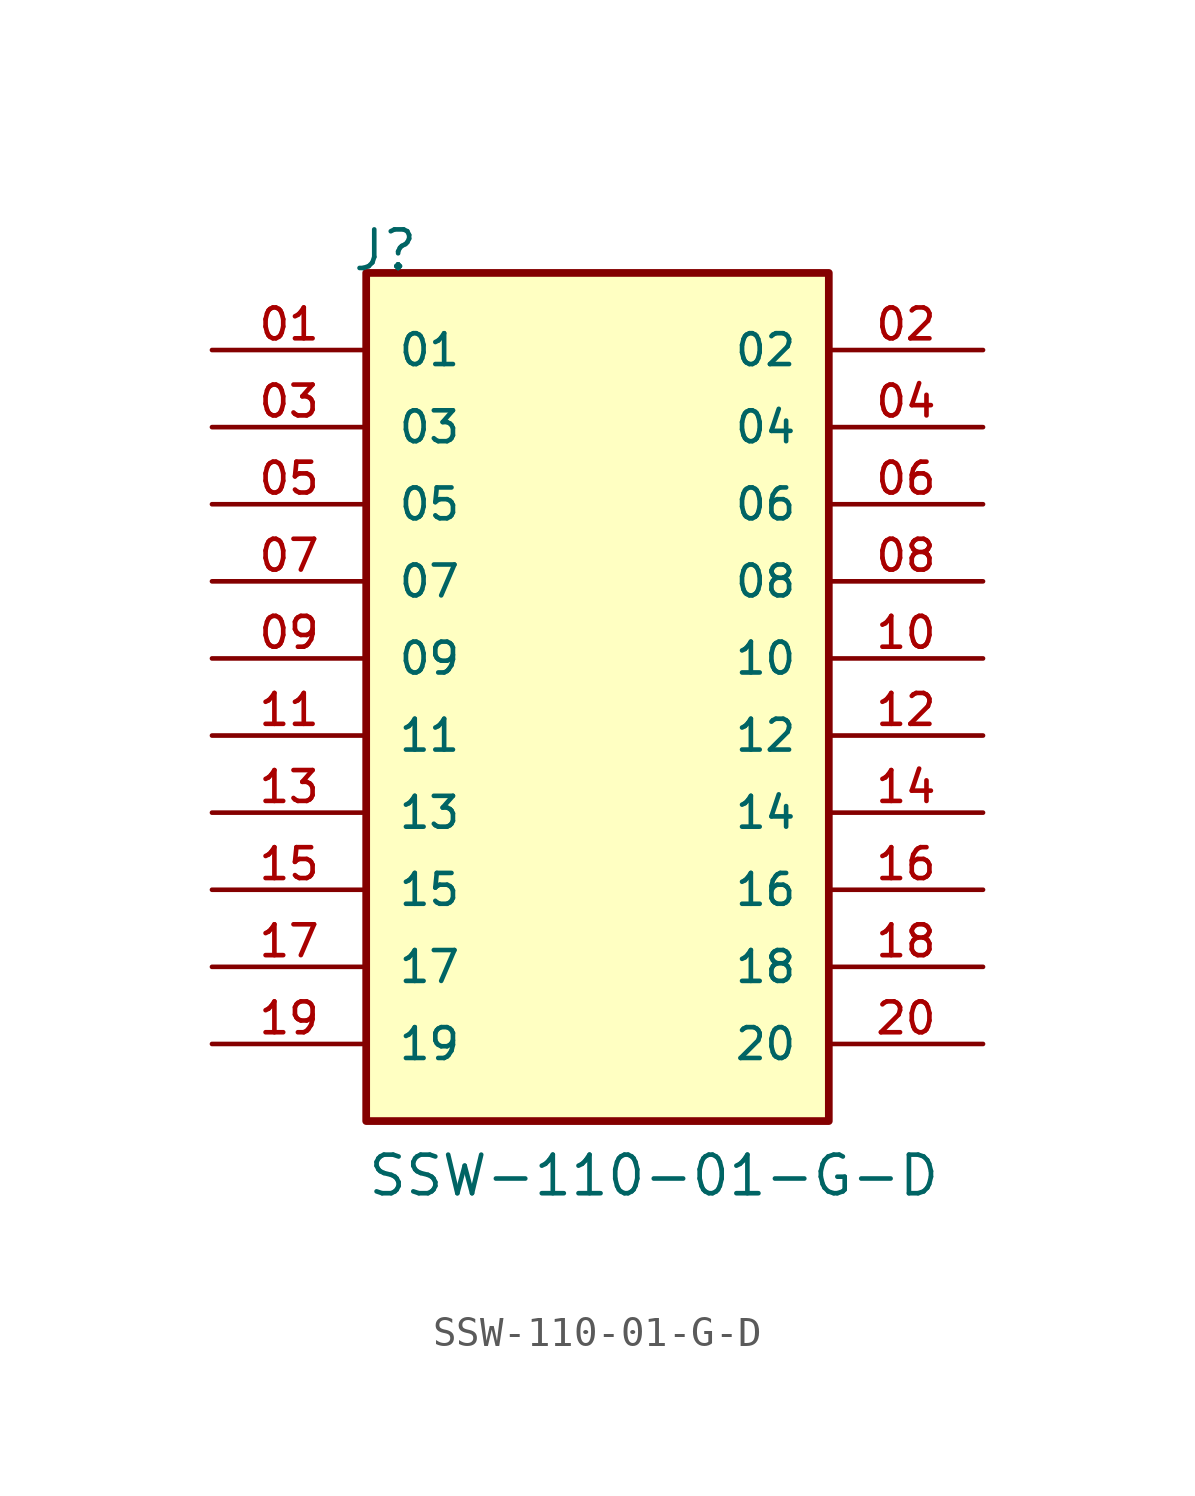
<source format=kicad_sym>
(kicad_symbol_lib
  (version 20211014)
  (generator kicad_symbol_editor)
  (symbol "SSW-110-01-G-D"
    (pin_names
      (offset 1.016))
    (property "Reference" "J"
      (at -8.12 15.24 0)
      (effects (font (size 1.27 1.27)) (justify bottom left)))
    (property "Value" "SSW-110-01-G-D"
      (at -7.62 -15.24 0)
      (effects (font (size 1.27 1.27)) (justify bottom left)))
    (symbol "SSW-110-01-G-D_0_0"
      (rectangle (start -7.62 -12.7) (end 7.62 15.24) (stroke (width 0.254)) (fill (type background)))
      (pin passive line (at -12.7 12.7 0) (length 5.08) (name "01" (effects (font (size 1.016 1.016)))) (number "01" (effects (font (size 1.016 1.016)))))
      (pin passive line (at 12.7 12.7 180.0) (length 5.08) (name "02" (effects (font (size 1.016 1.016)))) (number "02" (effects (font (size 1.016 1.016)))))
      (pin passive line (at -12.7 10.16 0) (length 5.08) (name "03" (effects (font (size 1.016 1.016)))) (number "03" (effects (font (size 1.016 1.016)))))
      (pin passive line (at 12.7 10.16 180.0) (length 5.08) (name "04" (effects (font (size 1.016 1.016)))) (number "04" (effects (font (size 1.016 1.016)))))
      (pin passive line (at -12.7 7.62 0) (length 5.08) (name "05" (effects (font (size 1.016 1.016)))) (number "05" (effects (font (size 1.016 1.016)))))
      (pin passive line (at 12.7 7.62 180.0) (length 5.08) (name "06" (effects (font (size 1.016 1.016)))) (number "06" (effects (font (size 1.016 1.016)))))
      (pin passive line (at -12.7 5.08 0) (length 5.08) (name "07" (effects (font (size 1.016 1.016)))) (number "07" (effects (font (size 1.016 1.016)))))
      (pin passive line (at 12.7 5.08 180.0) (length 5.08) (name "08" (effects (font (size 1.016 1.016)))) (number "08" (effects (font (size 1.016 1.016)))))
      (pin passive line (at -12.7 2.54 0) (length 5.08) (name "09" (effects (font (size 1.016 1.016)))) (number "09" (effects (font (size 1.016 1.016)))))
      (pin passive line (at 12.7 2.54 180.0) (length 5.08) (name "10" (effects (font (size 1.016 1.016)))) (number "10" (effects (font (size 1.016 1.016)))))
      (pin passive line (at -12.7 0.0 0) (length 5.08) (name "11" (effects (font (size 1.016 1.016)))) (number "11" (effects (font (size 1.016 1.016)))))
      (pin passive line (at 12.7 0.0 180.0) (length 5.08) (name "12" (effects (font (size 1.016 1.016)))) (number "12" (effects (font (size 1.016 1.016)))))
      (pin passive line (at -12.7 -2.54 0) (length 5.08) (name "13" (effects (font (size 1.016 1.016)))) (number "13" (effects (font (size 1.016 1.016)))))
      (pin passive line (at 12.7 -2.54 180.0) (length 5.08) (name "14" (effects (font (size 1.016 1.016)))) (number "14" (effects (font (size 1.016 1.016)))))
      (pin passive line (at -12.7 -5.08 0) (length 5.08) (name "15" (effects (font (size 1.016 1.016)))) (number "15" (effects (font (size 1.016 1.016)))))
      (pin passive line (at 12.7 -5.08 180.0) (length 5.08) (name "16" (effects (font (size 1.016 1.016)))) (number "16" (effects (font (size 1.016 1.016)))))
      (pin passive line (at -12.7 -7.62 0) (length 5.08) (name "17" (effects (font (size 1.016 1.016)))) (number "17" (effects (font (size 1.016 1.016)))))
      (pin passive line (at 12.7 -7.62 180.0) (length 5.08) (name "18" (effects (font (size 1.016 1.016)))) (number "18" (effects (font (size 1.016 1.016)))))
      (pin passive line (at -12.7 -10.16 0) (length 5.08) (name "19" (effects (font (size 1.016 1.016)))) (number "19" (effects (font (size 1.016 1.016)))))
      (pin passive line (at 12.7 -10.16 180.0) (length 5.08) (name "20" (effects (font (size 1.016 1.016)))) (number "20" (effects (font (size 1.016 1.016))))))))
</source>
